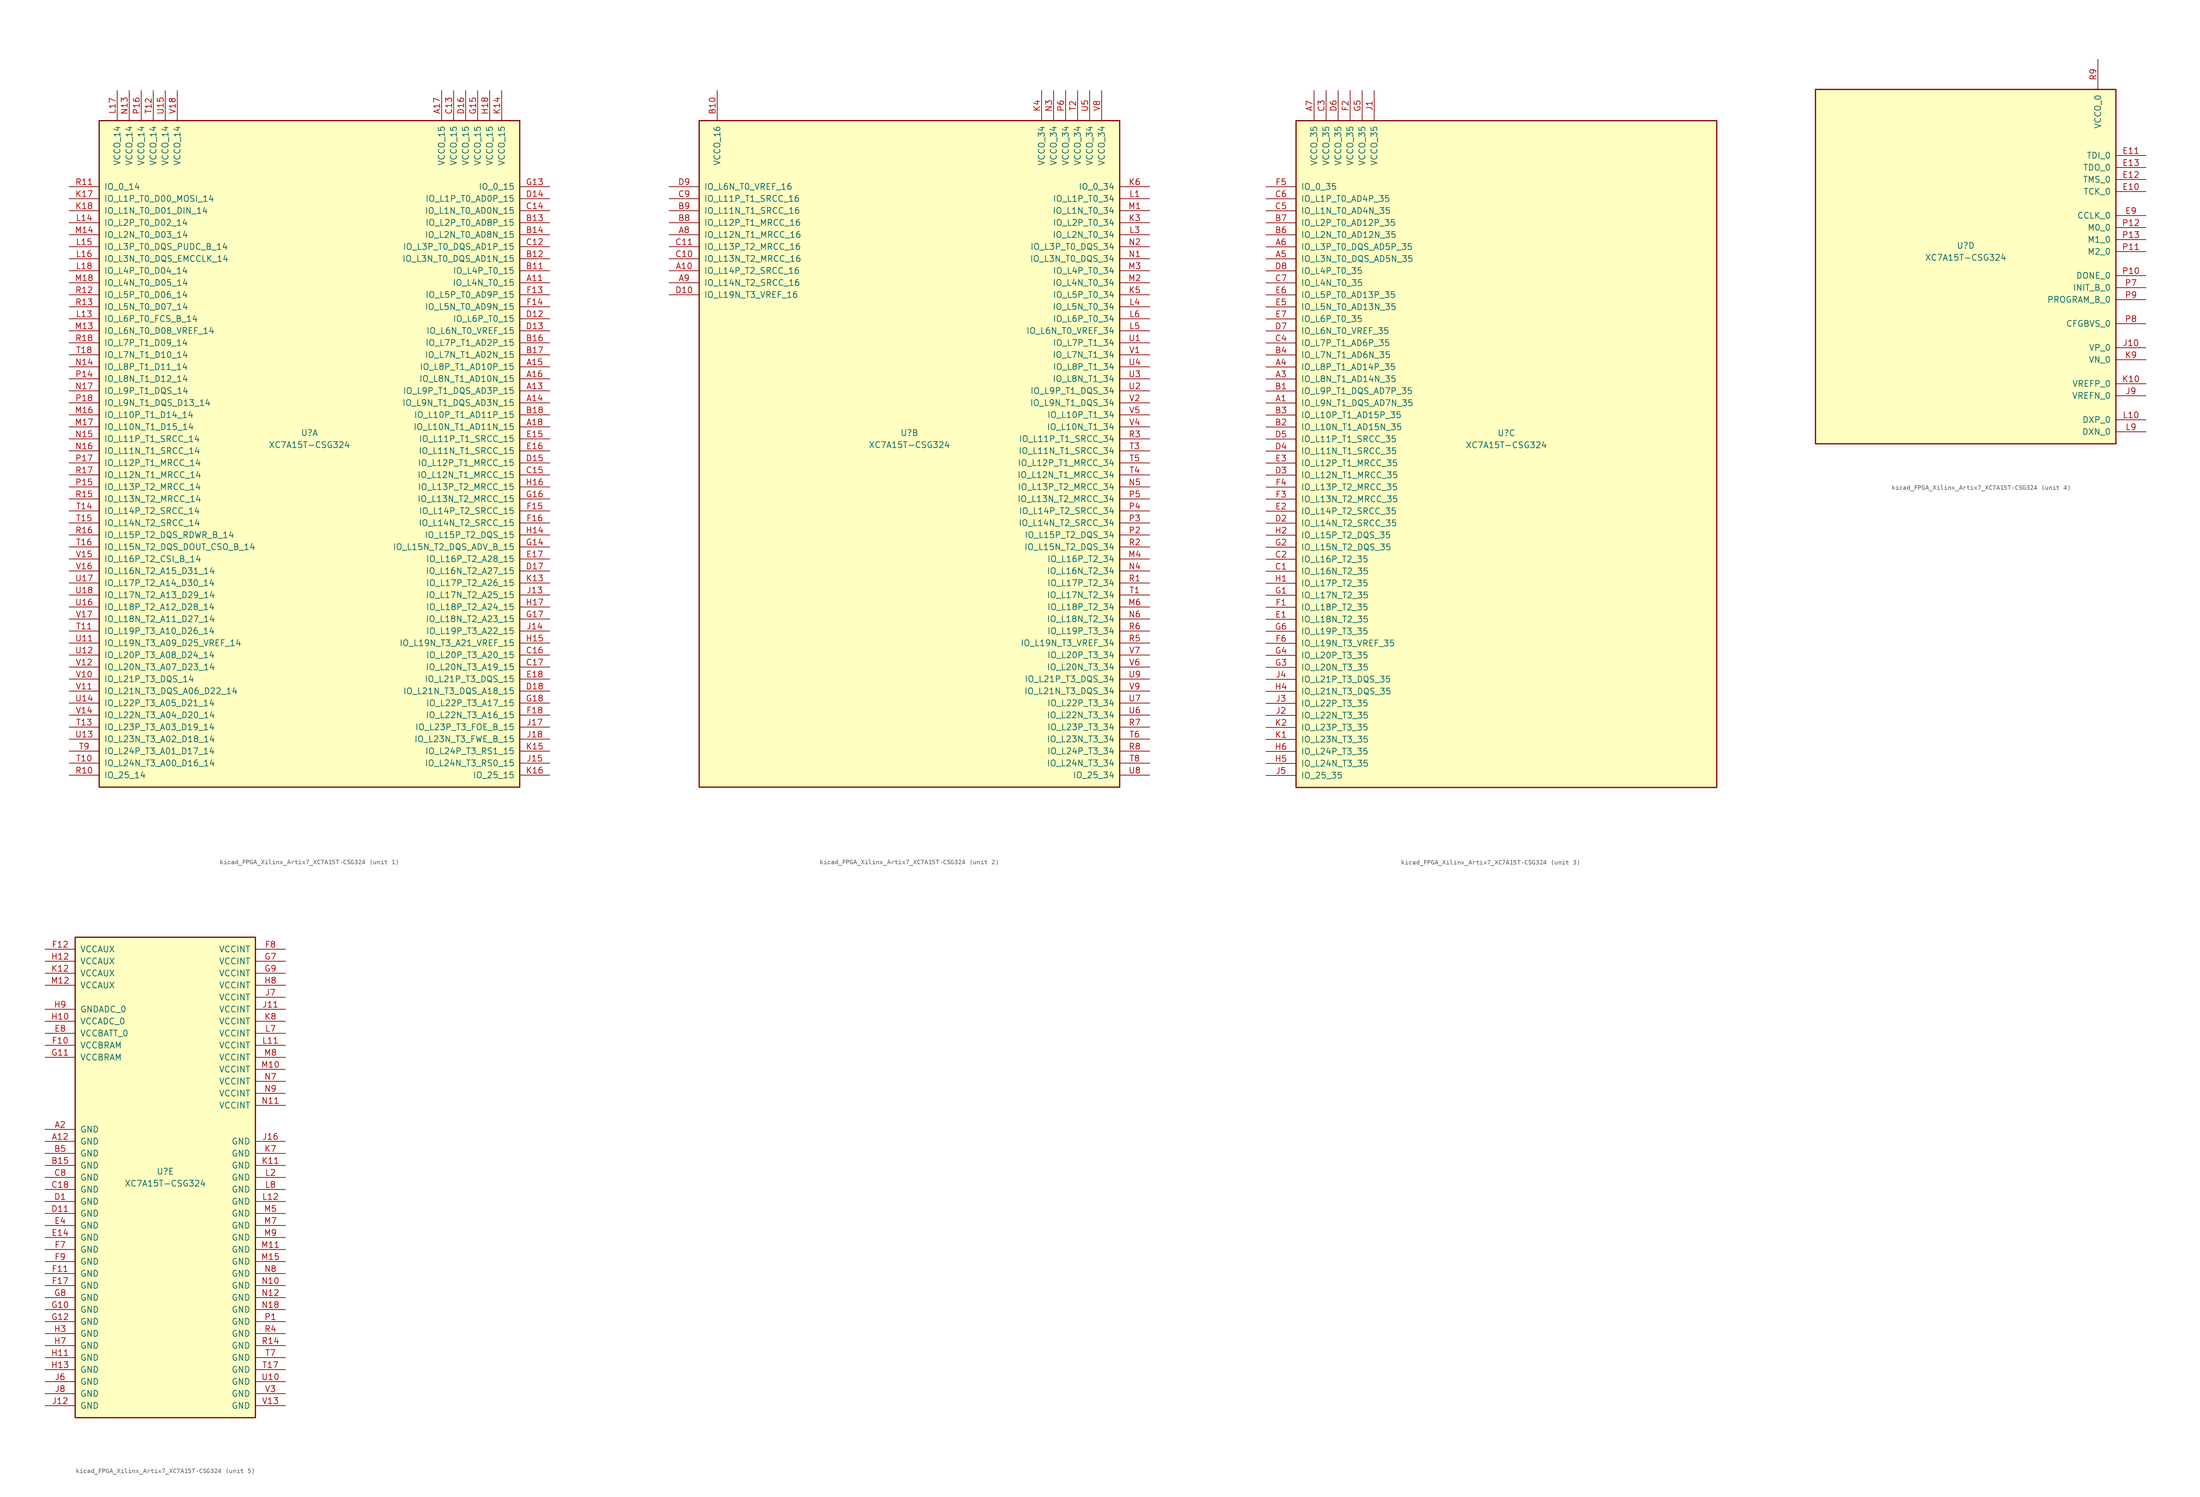
<source format=kicad_sym>
(kicad_symbol_lib
  (version 20220914)
  (generator kicad_symbol_editor)
  (symbol "kicad_FPGA_Xilinx_Artix7_XC7A15T-CSG324"
    (pin_names
      (offset 1.016))
    (property "Reference" "U"
      (at 0 1.27 0)
      (effects (font (size 1.27 1.27))))
    (property "Value" "XC7A15T-CSG324"
      (at 0 -1.27 0)
      (effects (font (size 1.27 1.27))))
    (property "Datasheet" ""
      (at 0 0 0)
      (effects (font (size 1.27 1.27))))
    (property "ki_locked" ""
      (at 0 0 0)
      (effects (font (size 1.27 1.27))))
    (symbol "kicad_FPGA_Xilinx_Artix7_XC7A15T-CSG324_1_1"
      (rectangle (start -44.45 67.31) (end 44.45 -73.66) (stroke (width 0.254) (type default)) (fill (type background)))
      (pin bidirectional line (at 50.8 33.02 180) (length 6.35) (name "IO_L4N_T0_15" (effects (font (size 1.27 1.27)))) (number "A11" (effects (font (size 1.27 1.27)))))
      (pin bidirectional line (at 50.8 10.16 180) (length 6.35) (name "IO_L9P_T1_DQS_AD3P_15" (effects (font (size 1.27 1.27)))) (number "A13" (effects (font (size 1.27 1.27)))))
      (pin bidirectional line (at 50.8 7.62 180) (length 6.35) (name "IO_L9N_T1_DQS_AD3N_15" (effects (font (size 1.27 1.27)))) (number "A14" (effects (font (size 1.27 1.27)))))
      (pin bidirectional line (at 50.8 15.24 180) (length 6.35) (name "IO_L8P_T1_AD10P_15" (effects (font (size 1.27 1.27)))) (number "A15" (effects (font (size 1.27 1.27)))))
      (pin bidirectional line (at 50.8 12.7 180) (length 6.35) (name "IO_L8N_T1_AD10N_15" (effects (font (size 1.27 1.27)))) (number "A16" (effects (font (size 1.27 1.27)))))
      (pin power_in line (at 27.94 73.66 270) (length 6.35) (name "VCCO_15" (effects (font (size 1.27 1.27)))) (number "A17" (effects (font (size 1.27 1.27)))))
      (pin bidirectional line (at 50.8 2.54 180) (length 6.35) (name "IO_L10N_T1_AD11N_15" (effects (font (size 1.27 1.27)))) (number "A18" (effects (font (size 1.27 1.27)))))
      (pin bidirectional line (at 50.8 35.56 180) (length 6.35) (name "IO_L4P_T0_15" (effects (font (size 1.27 1.27)))) (number "B11" (effects (font (size 1.27 1.27)))))
      (pin bidirectional line (at 50.8 38.1 180) (length 6.35) (name "IO_L3N_T0_DQS_AD1N_15" (effects (font (size 1.27 1.27)))) (number "B12" (effects (font (size 1.27 1.27)))))
      (pin bidirectional line (at 50.8 45.72 180) (length 6.35) (name "IO_L2P_T0_AD8P_15" (effects (font (size 1.27 1.27)))) (number "B13" (effects (font (size 1.27 1.27)))))
      (pin bidirectional line (at 50.8 43.18 180) (length 6.35) (name "IO_L2N_T0_AD8N_15" (effects (font (size 1.27 1.27)))) (number "B14" (effects (font (size 1.27 1.27)))))
      (pin bidirectional line (at 50.8 20.32 180) (length 6.35) (name "IO_L7P_T1_AD2P_15" (effects (font (size 1.27 1.27)))) (number "B16" (effects (font (size 1.27 1.27)))))
      (pin bidirectional line (at 50.8 17.78 180) (length 6.35) (name "IO_L7N_T1_AD2N_15" (effects (font (size 1.27 1.27)))) (number "B17" (effects (font (size 1.27 1.27)))))
      (pin bidirectional line (at 50.8 5.08 180) (length 6.35) (name "IO_L10P_T1_AD11P_15" (effects (font (size 1.27 1.27)))) (number "B18" (effects (font (size 1.27 1.27)))))
      (pin bidirectional line (at 50.8 40.64 180) (length 6.35) (name "IO_L3P_T0_DQS_AD1P_15" (effects (font (size 1.27 1.27)))) (number "C12" (effects (font (size 1.27 1.27)))))
      (pin power_in line (at 30.48 73.66 270) (length 6.35) (name "VCCO_15" (effects (font (size 1.27 1.27)))) (number "C13" (effects (font (size 1.27 1.27)))))
      (pin bidirectional line (at 50.8 48.26 180) (length 6.35) (name "IO_L1N_T0_AD0N_15" (effects (font (size 1.27 1.27)))) (number "C14" (effects (font (size 1.27 1.27)))))
      (pin bidirectional line (at 50.8 -7.62 180) (length 6.35) (name "IO_L12N_T1_MRCC_15" (effects (font (size 1.27 1.27)))) (number "C15" (effects (font (size 1.27 1.27)))))
      (pin bidirectional line (at 50.8 -45.72 180) (length 6.35) (name "IO_L20P_T3_A20_15" (effects (font (size 1.27 1.27)))) (number "C16" (effects (font (size 1.27 1.27)))))
      (pin bidirectional line (at 50.8 -48.26 180) (length 6.35) (name "IO_L20N_T3_A19_15" (effects (font (size 1.27 1.27)))) (number "C17" (effects (font (size 1.27 1.27)))))
      (pin bidirectional line (at 50.8 25.4 180) (length 6.35) (name "IO_L6P_T0_15" (effects (font (size 1.27 1.27)))) (number "D12" (effects (font (size 1.27 1.27)))))
      (pin bidirectional line (at 50.8 22.86 180) (length 6.35) (name "IO_L6N_T0_VREF_15" (effects (font (size 1.27 1.27)))) (number "D13" (effects (font (size 1.27 1.27)))))
      (pin bidirectional line (at 50.8 50.8 180) (length 6.35) (name "IO_L1P_T0_AD0P_15" (effects (font (size 1.27 1.27)))) (number "D14" (effects (font (size 1.27 1.27)))))
      (pin bidirectional line (at 50.8 -5.08 180) (length 6.35) (name "IO_L12P_T1_MRCC_15" (effects (font (size 1.27 1.27)))) (number "D15" (effects (font (size 1.27 1.27)))))
      (pin power_in line (at 33.02 73.66 270) (length 6.35) (name "VCCO_15" (effects (font (size 1.27 1.27)))) (number "D16" (effects (font (size 1.27 1.27)))))
      (pin bidirectional line (at 50.8 -27.94 180) (length 6.35) (name "IO_L16N_T2_A27_15" (effects (font (size 1.27 1.27)))) (number "D17" (effects (font (size 1.27 1.27)))))
      (pin bidirectional line (at 50.8 -53.34 180) (length 6.35) (name "IO_L21N_T3_DQS_A18_15" (effects (font (size 1.27 1.27)))) (number "D18" (effects (font (size 1.27 1.27)))))
      (pin bidirectional line (at 50.8 0 180) (length 6.35) (name "IO_L11P_T1_SRCC_15" (effects (font (size 1.27 1.27)))) (number "E15" (effects (font (size 1.27 1.27)))))
      (pin bidirectional line (at 50.8 -2.54 180) (length 6.35) (name "IO_L11N_T1_SRCC_15" (effects (font (size 1.27 1.27)))) (number "E16" (effects (font (size 1.27 1.27)))))
      (pin bidirectional line (at 50.8 -25.4 180) (length 6.35) (name "IO_L16P_T2_A28_15" (effects (font (size 1.27 1.27)))) (number "E17" (effects (font (size 1.27 1.27)))))
      (pin bidirectional line (at 50.8 -50.8 180) (length 6.35) (name "IO_L21P_T3_DQS_15" (effects (font (size 1.27 1.27)))) (number "E18" (effects (font (size 1.27 1.27)))))
      (pin bidirectional line (at 50.8 30.48 180) (length 6.35) (name "IO_L5P_T0_AD9P_15" (effects (font (size 1.27 1.27)))) (number "F13" (effects (font (size 1.27 1.27)))))
      (pin bidirectional line (at 50.8 27.94 180) (length 6.35) (name "IO_L5N_T0_AD9N_15" (effects (font (size 1.27 1.27)))) (number "F14" (effects (font (size 1.27 1.27)))))
      (pin bidirectional line (at 50.8 -15.24 180) (length 6.35) (name "IO_L14P_T2_SRCC_15" (effects (font (size 1.27 1.27)))) (number "F15" (effects (font (size 1.27 1.27)))))
      (pin bidirectional line (at 50.8 -17.78 180) (length 6.35) (name "IO_L14N_T2_SRCC_15" (effects (font (size 1.27 1.27)))) (number "F16" (effects (font (size 1.27 1.27)))))
      (pin bidirectional line (at 50.8 -58.42 180) (length 6.35) (name "IO_L22N_T3_A16_15" (effects (font (size 1.27 1.27)))) (number "F18" (effects (font (size 1.27 1.27)))))
      (pin bidirectional line (at 50.8 53.34 180) (length 6.35) (name "IO_0_15" (effects (font (size 1.27 1.27)))) (number "G13" (effects (font (size 1.27 1.27)))))
      (pin bidirectional line (at 50.8 -22.86 180) (length 6.35) (name "IO_L15N_T2_DQS_ADV_B_15" (effects (font (size 1.27 1.27)))) (number "G14" (effects (font (size 1.27 1.27)))))
      (pin power_in line (at 35.56 73.66 270) (length 6.35) (name "VCCO_15" (effects (font (size 1.27 1.27)))) (number "G15" (effects (font (size 1.27 1.27)))))
      (pin bidirectional line (at 50.8 -12.7 180) (length 6.35) (name "IO_L13N_T2_MRCC_15" (effects (font (size 1.27 1.27)))) (number "G16" (effects (font (size 1.27 1.27)))))
      (pin bidirectional line (at 50.8 -38.1 180) (length 6.35) (name "IO_L18N_T2_A23_15" (effects (font (size 1.27 1.27)))) (number "G17" (effects (font (size 1.27 1.27)))))
      (pin bidirectional line (at 50.8 -55.88 180) (length 6.35) (name "IO_L22P_T3_A17_15" (effects (font (size 1.27 1.27)))) (number "G18" (effects (font (size 1.27 1.27)))))
      (pin bidirectional line (at 50.8 -20.32 180) (length 6.35) (name "IO_L15P_T2_DQS_15" (effects (font (size 1.27 1.27)))) (number "H14" (effects (font (size 1.27 1.27)))))
      (pin bidirectional line (at 50.8 -43.18 180) (length 6.35) (name "IO_L19N_T3_A21_VREF_15" (effects (font (size 1.27 1.27)))) (number "H15" (effects (font (size 1.27 1.27)))))
      (pin bidirectional line (at 50.8 -10.16 180) (length 6.35) (name "IO_L13P_T2_MRCC_15" (effects (font (size 1.27 1.27)))) (number "H16" (effects (font (size 1.27 1.27)))))
      (pin bidirectional line (at 50.8 -35.56 180) (length 6.35) (name "IO_L18P_T2_A24_15" (effects (font (size 1.27 1.27)))) (number "H17" (effects (font (size 1.27 1.27)))))
      (pin power_in line (at 38.1 73.66 270) (length 6.35) (name "VCCO_15" (effects (font (size 1.27 1.27)))) (number "H18" (effects (font (size 1.27 1.27)))))
      (pin bidirectional line (at 50.8 -33.02 180) (length 6.35) (name "IO_L17N_T2_A25_15" (effects (font (size 1.27 1.27)))) (number "J13" (effects (font (size 1.27 1.27)))))
      (pin bidirectional line (at 50.8 -40.64 180) (length 6.35) (name "IO_L19P_T3_A22_15" (effects (font (size 1.27 1.27)))) (number "J14" (effects (font (size 1.27 1.27)))))
      (pin bidirectional line (at 50.8 -68.58 180) (length 6.35) (name "IO_L24N_T3_RS0_15" (effects (font (size 1.27 1.27)))) (number "J15" (effects (font (size 1.27 1.27)))))
      (pin bidirectional line (at 50.8 -60.96 180) (length 6.35) (name "IO_L23P_T3_FOE_B_15" (effects (font (size 1.27 1.27)))) (number "J17" (effects (font (size 1.27 1.27)))))
      (pin bidirectional line (at 50.8 -63.5 180) (length 6.35) (name "IO_L23N_T3_FWE_B_15" (effects (font (size 1.27 1.27)))) (number "J18" (effects (font (size 1.27 1.27)))))
      (pin bidirectional line (at 50.8 -30.48 180) (length 6.35) (name "IO_L17P_T2_A26_15" (effects (font (size 1.27 1.27)))) (number "K13" (effects (font (size 1.27 1.27)))))
      (pin power_in line (at 40.64 73.66 270) (length 6.35) (name "VCCO_15" (effects (font (size 1.27 1.27)))) (number "K14" (effects (font (size 1.27 1.27)))))
      (pin bidirectional line (at 50.8 -66.04 180) (length 6.35) (name "IO_L24P_T3_RS1_15" (effects (font (size 1.27 1.27)))) (number "K15" (effects (font (size 1.27 1.27)))))
      (pin bidirectional line (at 50.8 -71.12 180) (length 6.35) (name "IO_25_15" (effects (font (size 1.27 1.27)))) (number "K16" (effects (font (size 1.27 1.27)))))
      (pin bidirectional line (at -50.8 50.8 0) (length 6.35) (name "IO_L1P_T0_D00_MOSI_14" (effects (font (size 1.27 1.27)))) (number "K17" (effects (font (size 1.27 1.27)))))
      (pin bidirectional line (at -50.8 48.26 0) (length 6.35) (name "IO_L1N_T0_D01_DIN_14" (effects (font (size 1.27 1.27)))) (number "K18" (effects (font (size 1.27 1.27)))))
      (pin bidirectional line (at -50.8 25.4 0) (length 6.35) (name "IO_L6P_T0_FCS_B_14" (effects (font (size 1.27 1.27)))) (number "L13" (effects (font (size 1.27 1.27)))))
      (pin bidirectional line (at -50.8 45.72 0) (length 6.35) (name "IO_L2P_T0_D02_14" (effects (font (size 1.27 1.27)))) (number "L14" (effects (font (size 1.27 1.27)))))
      (pin bidirectional line (at -50.8 40.64 0) (length 6.35) (name "IO_L3P_T0_DQS_PUDC_B_14" (effects (font (size 1.27 1.27)))) (number "L15" (effects (font (size 1.27 1.27)))))
      (pin bidirectional line (at -50.8 38.1 0) (length 6.35) (name "IO_L3N_T0_DQS_EMCCLK_14" (effects (font (size 1.27 1.27)))) (number "L16" (effects (font (size 1.27 1.27)))))
      (pin power_in line (at -40.64 73.66 270) (length 6.35) (name "VCCO_14" (effects (font (size 1.27 1.27)))) (number "L17" (effects (font (size 1.27 1.27)))))
      (pin bidirectional line (at -50.8 35.56 0) (length 6.35) (name "IO_L4P_T0_D04_14" (effects (font (size 1.27 1.27)))) (number "L18" (effects (font (size 1.27 1.27)))))
      (pin bidirectional line (at -50.8 22.86 0) (length 6.35) (name "IO_L6N_T0_D08_VREF_14" (effects (font (size 1.27 1.27)))) (number "M13" (effects (font (size 1.27 1.27)))))
      (pin bidirectional line (at -50.8 43.18 0) (length 6.35) (name "IO_L2N_T0_D03_14" (effects (font (size 1.27 1.27)))) (number "M14" (effects (font (size 1.27 1.27)))))
      (pin bidirectional line (at -50.8 5.08 0) (length 6.35) (name "IO_L10P_T1_D14_14" (effects (font (size 1.27 1.27)))) (number "M16" (effects (font (size 1.27 1.27)))))
      (pin bidirectional line (at -50.8 2.54 0) (length 6.35) (name "IO_L10N_T1_D15_14" (effects (font (size 1.27 1.27)))) (number "M17" (effects (font (size 1.27 1.27)))))
      (pin bidirectional line (at -50.8 33.02 0) (length 6.35) (name "IO_L4N_T0_D05_14" (effects (font (size 1.27 1.27)))) (number "M18" (effects (font (size 1.27 1.27)))))
      (pin power_in line (at -38.1 73.66 270) (length 6.35) (name "VCCO_14" (effects (font (size 1.27 1.27)))) (number "N13" (effects (font (size 1.27 1.27)))))
      (pin bidirectional line (at -50.8 15.24 0) (length 6.35) (name "IO_L8P_T1_D11_14" (effects (font (size 1.27 1.27)))) (number "N14" (effects (font (size 1.27 1.27)))))
      (pin bidirectional line (at -50.8 0 0) (length 6.35) (name "IO_L11P_T1_SRCC_14" (effects (font (size 1.27 1.27)))) (number "N15" (effects (font (size 1.27 1.27)))))
      (pin bidirectional line (at -50.8 -2.54 0) (length 6.35) (name "IO_L11N_T1_SRCC_14" (effects (font (size 1.27 1.27)))) (number "N16" (effects (font (size 1.27 1.27)))))
      (pin bidirectional line (at -50.8 10.16 0) (length 6.35) (name "IO_L9P_T1_DQS_14" (effects (font (size 1.27 1.27)))) (number "N17" (effects (font (size 1.27 1.27)))))
      (pin bidirectional line (at -50.8 12.7 0) (length 6.35) (name "IO_L8N_T1_D12_14" (effects (font (size 1.27 1.27)))) (number "P14" (effects (font (size 1.27 1.27)))))
      (pin bidirectional line (at -50.8 -10.16 0) (length 6.35) (name "IO_L13P_T2_MRCC_14" (effects (font (size 1.27 1.27)))) (number "P15" (effects (font (size 1.27 1.27)))))
      (pin power_in line (at -35.56 73.66 270) (length 6.35) (name "VCCO_14" (effects (font (size 1.27 1.27)))) (number "P16" (effects (font (size 1.27 1.27)))))
      (pin bidirectional line (at -50.8 -5.08 0) (length 6.35) (name "IO_L12P_T1_MRCC_14" (effects (font (size 1.27 1.27)))) (number "P17" (effects (font (size 1.27 1.27)))))
      (pin bidirectional line (at -50.8 7.62 0) (length 6.35) (name "IO_L9N_T1_DQS_D13_14" (effects (font (size 1.27 1.27)))) (number "P18" (effects (font (size 1.27 1.27)))))
      (pin bidirectional line (at -50.8 -71.12 0) (length 6.35) (name "IO_25_14" (effects (font (size 1.27 1.27)))) (number "R10" (effects (font (size 1.27 1.27)))))
      (pin bidirectional line (at -50.8 53.34 0) (length 6.35) (name "IO_0_14" (effects (font (size 1.27 1.27)))) (number "R11" (effects (font (size 1.27 1.27)))))
      (pin bidirectional line (at -50.8 30.48 0) (length 6.35) (name "IO_L5P_T0_D06_14" (effects (font (size 1.27 1.27)))) (number "R12" (effects (font (size 1.27 1.27)))))
      (pin bidirectional line (at -50.8 27.94 0) (length 6.35) (name "IO_L5N_T0_D07_14" (effects (font (size 1.27 1.27)))) (number "R13" (effects (font (size 1.27 1.27)))))
      (pin bidirectional line (at -50.8 -12.7 0) (length 6.35) (name "IO_L13N_T2_MRCC_14" (effects (font (size 1.27 1.27)))) (number "R15" (effects (font (size 1.27 1.27)))))
      (pin bidirectional line (at -50.8 -20.32 0) (length 6.35) (name "IO_L15P_T2_DQS_RDWR_B_14" (effects (font (size 1.27 1.27)))) (number "R16" (effects (font (size 1.27 1.27)))))
      (pin bidirectional line (at -50.8 -7.62 0) (length 6.35) (name "IO_L12N_T1_MRCC_14" (effects (font (size 1.27 1.27)))) (number "R17" (effects (font (size 1.27 1.27)))))
      (pin bidirectional line (at -50.8 20.32 0) (length 6.35) (name "IO_L7P_T1_D09_14" (effects (font (size 1.27 1.27)))) (number "R18" (effects (font (size 1.27 1.27)))))
      (pin bidirectional line (at -50.8 -68.58 0) (length 6.35) (name "IO_L24N_T3_A00_D16_14" (effects (font (size 1.27 1.27)))) (number "T10" (effects (font (size 1.27 1.27)))))
      (pin bidirectional line (at -50.8 -40.64 0) (length 6.35) (name "IO_L19P_T3_A10_D26_14" (effects (font (size 1.27 1.27)))) (number "T11" (effects (font (size 1.27 1.27)))))
      (pin power_in line (at -33.02 73.66 270) (length 6.35) (name "VCCO_14" (effects (font (size 1.27 1.27)))) (number "T12" (effects (font (size 1.27 1.27)))))
      (pin bidirectional line (at -50.8 -60.96 0) (length 6.35) (name "IO_L23P_T3_A03_D19_14" (effects (font (size 1.27 1.27)))) (number "T13" (effects (font (size 1.27 1.27)))))
      (pin bidirectional line (at -50.8 -15.24 0) (length 6.35) (name "IO_L14P_T2_SRCC_14" (effects (font (size 1.27 1.27)))) (number "T14" (effects (font (size 1.27 1.27)))))
      (pin bidirectional line (at -50.8 -17.78 0) (length 6.35) (name "IO_L14N_T2_SRCC_14" (effects (font (size 1.27 1.27)))) (number "T15" (effects (font (size 1.27 1.27)))))
      (pin bidirectional line (at -50.8 -22.86 0) (length 6.35) (name "IO_L15N_T2_DQS_DOUT_CSO_B_14" (effects (font (size 1.27 1.27)))) (number "T16" (effects (font (size 1.27 1.27)))))
      (pin bidirectional line (at -50.8 17.78 0) (length 6.35) (name "IO_L7N_T1_D10_14" (effects (font (size 1.27 1.27)))) (number "T18" (effects (font (size 1.27 1.27)))))
      (pin bidirectional line (at -50.8 -66.04 0) (length 6.35) (name "IO_L24P_T3_A01_D17_14" (effects (font (size 1.27 1.27)))) (number "T9" (effects (font (size 1.27 1.27)))))
      (pin bidirectional line (at -50.8 -43.18 0) (length 6.35) (name "IO_L19N_T3_A09_D25_VREF_14" (effects (font (size 1.27 1.27)))) (number "U11" (effects (font (size 1.27 1.27)))))
      (pin bidirectional line (at -50.8 -45.72 0) (length 6.35) (name "IO_L20P_T3_A08_D24_14" (effects (font (size 1.27 1.27)))) (number "U12" (effects (font (size 1.27 1.27)))))
      (pin bidirectional line (at -50.8 -63.5 0) (length 6.35) (name "IO_L23N_T3_A02_D18_14" (effects (font (size 1.27 1.27)))) (number "U13" (effects (font (size 1.27 1.27)))))
      (pin bidirectional line (at -50.8 -55.88 0) (length 6.35) (name "IO_L22P_T3_A05_D21_14" (effects (font (size 1.27 1.27)))) (number "U14" (effects (font (size 1.27 1.27)))))
      (pin power_in line (at -30.48 73.66 270) (length 6.35) (name "VCCO_14" (effects (font (size 1.27 1.27)))) (number "U15" (effects (font (size 1.27 1.27)))))
      (pin bidirectional line (at -50.8 -35.56 0) (length 6.35) (name "IO_L18P_T2_A12_D28_14" (effects (font (size 1.27 1.27)))) (number "U16" (effects (font (size 1.27 1.27)))))
      (pin bidirectional line (at -50.8 -30.48 0) (length 6.35) (name "IO_L17P_T2_A14_D30_14" (effects (font (size 1.27 1.27)))) (number "U17" (effects (font (size 1.27 1.27)))))
      (pin bidirectional line (at -50.8 -33.02 0) (length 6.35) (name "IO_L17N_T2_A13_D29_14" (effects (font (size 1.27 1.27)))) (number "U18" (effects (font (size 1.27 1.27)))))
      (pin bidirectional line (at -50.8 -50.8 0) (length 6.35) (name "IO_L21P_T3_DQS_14" (effects (font (size 1.27 1.27)))) (number "V10" (effects (font (size 1.27 1.27)))))
      (pin bidirectional line (at -50.8 -53.34 0) (length 6.35) (name "IO_L21N_T3_DQS_A06_D22_14" (effects (font (size 1.27 1.27)))) (number "V11" (effects (font (size 1.27 1.27)))))
      (pin bidirectional line (at -50.8 -48.26 0) (length 6.35) (name "IO_L20N_T3_A07_D23_14" (effects (font (size 1.27 1.27)))) (number "V12" (effects (font (size 1.27 1.27)))))
      (pin bidirectional line (at -50.8 -58.42 0) (length 6.35) (name "IO_L22N_T3_A04_D20_14" (effects (font (size 1.27 1.27)))) (number "V14" (effects (font (size 1.27 1.27)))))
      (pin bidirectional line (at -50.8 -25.4 0) (length 6.35) (name "IO_L16P_T2_CSI_B_14" (effects (font (size 1.27 1.27)))) (number "V15" (effects (font (size 1.27 1.27)))))
      (pin bidirectional line (at -50.8 -27.94 0) (length 6.35) (name "IO_L16N_T2_A15_D31_14" (effects (font (size 1.27 1.27)))) (number "V16" (effects (font (size 1.27 1.27)))))
      (pin bidirectional line (at -50.8 -38.1 0) (length 6.35) (name "IO_L18N_T2_A11_D27_14" (effects (font (size 1.27 1.27)))) (number "V17" (effects (font (size 1.27 1.27)))))
      (pin power_in line (at -27.94 73.66 270) (length 6.35) (name "VCCO_14" (effects (font (size 1.27 1.27)))) (number "V18" (effects (font (size 1.27 1.27))))))
    (symbol "kicad_FPGA_Xilinx_Artix7_XC7A15T-CSG324_2_1"
      (rectangle (start -44.45 67.31) (end 44.45 -73.66) (stroke (width 0.254) (type default)) (fill (type background)))
      (pin bidirectional line (at -50.8 35.56 0) (length 6.35) (name "IO_L14P_T2_SRCC_16" (effects (font (size 1.27 1.27)))) (number "A10" (effects (font (size 1.27 1.27)))))
      (pin bidirectional line (at -50.8 43.18 0) (length 6.35) (name "IO_L12N_T1_MRCC_16" (effects (font (size 1.27 1.27)))) (number "A8" (effects (font (size 1.27 1.27)))))
      (pin bidirectional line (at -50.8 33.02 0) (length 6.35) (name "IO_L14N_T2_SRCC_16" (effects (font (size 1.27 1.27)))) (number "A9" (effects (font (size 1.27 1.27)))))
      (pin power_in line (at -40.64 73.66 270) (length 6.35) (name "VCCO_16" (effects (font (size 1.27 1.27)))) (number "B10" (effects (font (size 1.27 1.27)))))
      (pin bidirectional line (at -50.8 45.72 0) (length 6.35) (name "IO_L12P_T1_MRCC_16" (effects (font (size 1.27 1.27)))) (number "B8" (effects (font (size 1.27 1.27)))))
      (pin bidirectional line (at -50.8 48.26 0) (length 6.35) (name "IO_L11N_T1_SRCC_16" (effects (font (size 1.27 1.27)))) (number "B9" (effects (font (size 1.27 1.27)))))
      (pin bidirectional line (at -50.8 38.1 0) (length 6.35) (name "IO_L13N_T2_MRCC_16" (effects (font (size 1.27 1.27)))) (number "C10" (effects (font (size 1.27 1.27)))))
      (pin bidirectional line (at -50.8 40.64 0) (length 6.35) (name "IO_L13P_T2_MRCC_16" (effects (font (size 1.27 1.27)))) (number "C11" (effects (font (size 1.27 1.27)))))
      (pin bidirectional line (at -50.8 50.8 0) (length 6.35) (name "IO_L11P_T1_SRCC_16" (effects (font (size 1.27 1.27)))) (number "C9" (effects (font (size 1.27 1.27)))))
      (pin bidirectional line (at -50.8 30.48 0) (length 6.35) (name "IO_L19N_T3_VREF_16" (effects (font (size 1.27 1.27)))) (number "D10" (effects (font (size 1.27 1.27)))))
      (pin bidirectional line (at -50.8 53.34 0) (length 6.35) (name "IO_L6N_T0_VREF_16" (effects (font (size 1.27 1.27)))) (number "D9" (effects (font (size 1.27 1.27)))))
      (pin bidirectional line (at 50.8 45.72 180) (length 6.35) (name "IO_L2P_T0_34" (effects (font (size 1.27 1.27)))) (number "K3" (effects (font (size 1.27 1.27)))))
      (pin power_in line (at 27.94 73.66 270) (length 6.35) (name "VCCO_34" (effects (font (size 1.27 1.27)))) (number "K4" (effects (font (size 1.27 1.27)))))
      (pin bidirectional line (at 50.8 30.48 180) (length 6.35) (name "IO_L5P_T0_34" (effects (font (size 1.27 1.27)))) (number "K5" (effects (font (size 1.27 1.27)))))
      (pin bidirectional line (at 50.8 53.34 180) (length 6.35) (name "IO_0_34" (effects (font (size 1.27 1.27)))) (number "K6" (effects (font (size 1.27 1.27)))))
      (pin bidirectional line (at 50.8 50.8 180) (length 6.35) (name "IO_L1P_T0_34" (effects (font (size 1.27 1.27)))) (number "L1" (effects (font (size 1.27 1.27)))))
      (pin bidirectional line (at 50.8 43.18 180) (length 6.35) (name "IO_L2N_T0_34" (effects (font (size 1.27 1.27)))) (number "L3" (effects (font (size 1.27 1.27)))))
      (pin bidirectional line (at 50.8 27.94 180) (length 6.35) (name "IO_L5N_T0_34" (effects (font (size 1.27 1.27)))) (number "L4" (effects (font (size 1.27 1.27)))))
      (pin bidirectional line (at 50.8 22.86 180) (length 6.35) (name "IO_L6N_T0_VREF_34" (effects (font (size 1.27 1.27)))) (number "L5" (effects (font (size 1.27 1.27)))))
      (pin bidirectional line (at 50.8 25.4 180) (length 6.35) (name "IO_L6P_T0_34" (effects (font (size 1.27 1.27)))) (number "L6" (effects (font (size 1.27 1.27)))))
      (pin bidirectional line (at 50.8 48.26 180) (length 6.35) (name "IO_L1N_T0_34" (effects (font (size 1.27 1.27)))) (number "M1" (effects (font (size 1.27 1.27)))))
      (pin bidirectional line (at 50.8 33.02 180) (length 6.35) (name "IO_L4N_T0_34" (effects (font (size 1.27 1.27)))) (number "M2" (effects (font (size 1.27 1.27)))))
      (pin bidirectional line (at 50.8 35.56 180) (length 6.35) (name "IO_L4P_T0_34" (effects (font (size 1.27 1.27)))) (number "M3" (effects (font (size 1.27 1.27)))))
      (pin bidirectional line (at 50.8 -25.4 180) (length 6.35) (name "IO_L16P_T2_34" (effects (font (size 1.27 1.27)))) (number "M4" (effects (font (size 1.27 1.27)))))
      (pin bidirectional line (at 50.8 -35.56 180) (length 6.35) (name "IO_L18P_T2_34" (effects (font (size 1.27 1.27)))) (number "M6" (effects (font (size 1.27 1.27)))))
      (pin bidirectional line (at 50.8 38.1 180) (length 6.35) (name "IO_L3N_T0_DQS_34" (effects (font (size 1.27 1.27)))) (number "N1" (effects (font (size 1.27 1.27)))))
      (pin bidirectional line (at 50.8 40.64 180) (length 6.35) (name "IO_L3P_T0_DQS_34" (effects (font (size 1.27 1.27)))) (number "N2" (effects (font (size 1.27 1.27)))))
      (pin power_in line (at 30.48 73.66 270) (length 6.35) (name "VCCO_34" (effects (font (size 1.27 1.27)))) (number "N3" (effects (font (size 1.27 1.27)))))
      (pin bidirectional line (at 50.8 -27.94 180) (length 6.35) (name "IO_L16N_T2_34" (effects (font (size 1.27 1.27)))) (number "N4" (effects (font (size 1.27 1.27)))))
      (pin bidirectional line (at 50.8 -10.16 180) (length 6.35) (name "IO_L13P_T2_MRCC_34" (effects (font (size 1.27 1.27)))) (number "N5" (effects (font (size 1.27 1.27)))))
      (pin bidirectional line (at 50.8 -38.1 180) (length 6.35) (name "IO_L18N_T2_34" (effects (font (size 1.27 1.27)))) (number "N6" (effects (font (size 1.27 1.27)))))
      (pin bidirectional line (at 50.8 -20.32 180) (length 6.35) (name "IO_L15P_T2_DQS_34" (effects (font (size 1.27 1.27)))) (number "P2" (effects (font (size 1.27 1.27)))))
      (pin bidirectional line (at 50.8 -17.78 180) (length 6.35) (name "IO_L14N_T2_SRCC_34" (effects (font (size 1.27 1.27)))) (number "P3" (effects (font (size 1.27 1.27)))))
      (pin bidirectional line (at 50.8 -15.24 180) (length 6.35) (name "IO_L14P_T2_SRCC_34" (effects (font (size 1.27 1.27)))) (number "P4" (effects (font (size 1.27 1.27)))))
      (pin bidirectional line (at 50.8 -12.7 180) (length 6.35) (name "IO_L13N_T2_MRCC_34" (effects (font (size 1.27 1.27)))) (number "P5" (effects (font (size 1.27 1.27)))))
      (pin power_in line (at 33.02 73.66 270) (length 6.35) (name "VCCO_34" (effects (font (size 1.27 1.27)))) (number "P6" (effects (font (size 1.27 1.27)))))
      (pin bidirectional line (at 50.8 -30.48 180) (length 6.35) (name "IO_L17P_T2_34" (effects (font (size 1.27 1.27)))) (number "R1" (effects (font (size 1.27 1.27)))))
      (pin bidirectional line (at 50.8 -22.86 180) (length 6.35) (name "IO_L15N_T2_DQS_34" (effects (font (size 1.27 1.27)))) (number "R2" (effects (font (size 1.27 1.27)))))
      (pin bidirectional line (at 50.8 0 180) (length 6.35) (name "IO_L11P_T1_SRCC_34" (effects (font (size 1.27 1.27)))) (number "R3" (effects (font (size 1.27 1.27)))))
      (pin bidirectional line (at 50.8 -43.18 180) (length 6.35) (name "IO_L19N_T3_VREF_34" (effects (font (size 1.27 1.27)))) (number "R5" (effects (font (size 1.27 1.27)))))
      (pin bidirectional line (at 50.8 -40.64 180) (length 6.35) (name "IO_L19P_T3_34" (effects (font (size 1.27 1.27)))) (number "R6" (effects (font (size 1.27 1.27)))))
      (pin bidirectional line (at 50.8 -60.96 180) (length 6.35) (name "IO_L23P_T3_34" (effects (font (size 1.27 1.27)))) (number "R7" (effects (font (size 1.27 1.27)))))
      (pin bidirectional line (at 50.8 -66.04 180) (length 6.35) (name "IO_L24P_T3_34" (effects (font (size 1.27 1.27)))) (number "R8" (effects (font (size 1.27 1.27)))))
      (pin bidirectional line (at 50.8 -33.02 180) (length 6.35) (name "IO_L17N_T2_34" (effects (font (size 1.27 1.27)))) (number "T1" (effects (font (size 1.27 1.27)))))
      (pin power_in line (at 35.56 73.66 270) (length 6.35) (name "VCCO_34" (effects (font (size 1.27 1.27)))) (number "T2" (effects (font (size 1.27 1.27)))))
      (pin bidirectional line (at 50.8 -2.54 180) (length 6.35) (name "IO_L11N_T1_SRCC_34" (effects (font (size 1.27 1.27)))) (number "T3" (effects (font (size 1.27 1.27)))))
      (pin bidirectional line (at 50.8 -7.62 180) (length 6.35) (name "IO_L12N_T1_MRCC_34" (effects (font (size 1.27 1.27)))) (number "T4" (effects (font (size 1.27 1.27)))))
      (pin bidirectional line (at 50.8 -5.08 180) (length 6.35) (name "IO_L12P_T1_MRCC_34" (effects (font (size 1.27 1.27)))) (number "T5" (effects (font (size 1.27 1.27)))))
      (pin bidirectional line (at 50.8 -63.5 180) (length 6.35) (name "IO_L23N_T3_34" (effects (font (size 1.27 1.27)))) (number "T6" (effects (font (size 1.27 1.27)))))
      (pin bidirectional line (at 50.8 -68.58 180) (length 6.35) (name "IO_L24N_T3_34" (effects (font (size 1.27 1.27)))) (number "T8" (effects (font (size 1.27 1.27)))))
      (pin bidirectional line (at 50.8 20.32 180) (length 6.35) (name "IO_L7P_T1_34" (effects (font (size 1.27 1.27)))) (number "U1" (effects (font (size 1.27 1.27)))))
      (pin bidirectional line (at 50.8 10.16 180) (length 6.35) (name "IO_L9P_T1_DQS_34" (effects (font (size 1.27 1.27)))) (number "U2" (effects (font (size 1.27 1.27)))))
      (pin bidirectional line (at 50.8 12.7 180) (length 6.35) (name "IO_L8N_T1_34" (effects (font (size 1.27 1.27)))) (number "U3" (effects (font (size 1.27 1.27)))))
      (pin bidirectional line (at 50.8 15.24 180) (length 6.35) (name "IO_L8P_T1_34" (effects (font (size 1.27 1.27)))) (number "U4" (effects (font (size 1.27 1.27)))))
      (pin power_in line (at 38.1 73.66 270) (length 6.35) (name "VCCO_34" (effects (font (size 1.27 1.27)))) (number "U5" (effects (font (size 1.27 1.27)))))
      (pin bidirectional line (at 50.8 -58.42 180) (length 6.35) (name "IO_L22N_T3_34" (effects (font (size 1.27 1.27)))) (number "U6" (effects (font (size 1.27 1.27)))))
      (pin bidirectional line (at 50.8 -55.88 180) (length 6.35) (name "IO_L22P_T3_34" (effects (font (size 1.27 1.27)))) (number "U7" (effects (font (size 1.27 1.27)))))
      (pin bidirectional line (at 50.8 -71.12 180) (length 6.35) (name "IO_25_34" (effects (font (size 1.27 1.27)))) (number "U8" (effects (font (size 1.27 1.27)))))
      (pin bidirectional line (at 50.8 -50.8 180) (length 6.35) (name "IO_L21P_T3_DQS_34" (effects (font (size 1.27 1.27)))) (number "U9" (effects (font (size 1.27 1.27)))))
      (pin bidirectional line (at 50.8 17.78 180) (length 6.35) (name "IO_L7N_T1_34" (effects (font (size 1.27 1.27)))) (number "V1" (effects (font (size 1.27 1.27)))))
      (pin bidirectional line (at 50.8 7.62 180) (length 6.35) (name "IO_L9N_T1_DQS_34" (effects (font (size 1.27 1.27)))) (number "V2" (effects (font (size 1.27 1.27)))))
      (pin bidirectional line (at 50.8 2.54 180) (length 6.35) (name "IO_L10N_T1_34" (effects (font (size 1.27 1.27)))) (number "V4" (effects (font (size 1.27 1.27)))))
      (pin bidirectional line (at 50.8 5.08 180) (length 6.35) (name "IO_L10P_T1_34" (effects (font (size 1.27 1.27)))) (number "V5" (effects (font (size 1.27 1.27)))))
      (pin bidirectional line (at 50.8 -48.26 180) (length 6.35) (name "IO_L20N_T3_34" (effects (font (size 1.27 1.27)))) (number "V6" (effects (font (size 1.27 1.27)))))
      (pin bidirectional line (at 50.8 -45.72 180) (length 6.35) (name "IO_L20P_T3_34" (effects (font (size 1.27 1.27)))) (number "V7" (effects (font (size 1.27 1.27)))))
      (pin power_in line (at 40.64 73.66 270) (length 6.35) (name "VCCO_34" (effects (font (size 1.27 1.27)))) (number "V8" (effects (font (size 1.27 1.27)))))
      (pin bidirectional line (at 50.8 -53.34 180) (length 6.35) (name "IO_L21N_T3_DQS_34" (effects (font (size 1.27 1.27)))) (number "V9" (effects (font (size 1.27 1.27))))))
    (symbol "kicad_FPGA_Xilinx_Artix7_XC7A15T-CSG324_3_1"
      (rectangle (start -44.45 67.31) (end 44.45 -73.66) (stroke (width 0.254) (type default)) (fill (type background)))
      (pin bidirectional line (at -50.8 7.62 0) (length 6.35) (name "IO_L9N_T1_DQS_AD7N_35" (effects (font (size 1.27 1.27)))) (number "A1" (effects (font (size 1.27 1.27)))))
      (pin bidirectional line (at -50.8 12.7 0) (length 6.35) (name "IO_L8N_T1_AD14N_35" (effects (font (size 1.27 1.27)))) (number "A3" (effects (font (size 1.27 1.27)))))
      (pin bidirectional line (at -50.8 15.24 0) (length 6.35) (name "IO_L8P_T1_AD14P_35" (effects (font (size 1.27 1.27)))) (number "A4" (effects (font (size 1.27 1.27)))))
      (pin bidirectional line (at -50.8 38.1 0) (length 6.35) (name "IO_L3N_T0_DQS_AD5N_35" (effects (font (size 1.27 1.27)))) (number "A5" (effects (font (size 1.27 1.27)))))
      (pin bidirectional line (at -50.8 40.64 0) (length 6.35) (name "IO_L3P_T0_DQS_AD5P_35" (effects (font (size 1.27 1.27)))) (number "A6" (effects (font (size 1.27 1.27)))))
      (pin power_in line (at -40.64 73.66 270) (length 6.35) (name "VCCO_35" (effects (font (size 1.27 1.27)))) (number "A7" (effects (font (size 1.27 1.27)))))
      (pin bidirectional line (at -50.8 10.16 0) (length 6.35) (name "IO_L9P_T1_DQS_AD7P_35" (effects (font (size 1.27 1.27)))) (number "B1" (effects (font (size 1.27 1.27)))))
      (pin bidirectional line (at -50.8 2.54 0) (length 6.35) (name "IO_L10N_T1_AD15N_35" (effects (font (size 1.27 1.27)))) (number "B2" (effects (font (size 1.27 1.27)))))
      (pin bidirectional line (at -50.8 5.08 0) (length 6.35) (name "IO_L10P_T1_AD15P_35" (effects (font (size 1.27 1.27)))) (number "B3" (effects (font (size 1.27 1.27)))))
      (pin bidirectional line (at -50.8 17.78 0) (length 6.35) (name "IO_L7N_T1_AD6N_35" (effects (font (size 1.27 1.27)))) (number "B4" (effects (font (size 1.27 1.27)))))
      (pin bidirectional line (at -50.8 43.18 0) (length 6.35) (name "IO_L2N_T0_AD12N_35" (effects (font (size 1.27 1.27)))) (number "B6" (effects (font (size 1.27 1.27)))))
      (pin bidirectional line (at -50.8 45.72 0) (length 6.35) (name "IO_L2P_T0_AD12P_35" (effects (font (size 1.27 1.27)))) (number "B7" (effects (font (size 1.27 1.27)))))
      (pin bidirectional line (at -50.8 -27.94 0) (length 6.35) (name "IO_L16N_T2_35" (effects (font (size 1.27 1.27)))) (number "C1" (effects (font (size 1.27 1.27)))))
      (pin bidirectional line (at -50.8 -25.4 0) (length 6.35) (name "IO_L16P_T2_35" (effects (font (size 1.27 1.27)))) (number "C2" (effects (font (size 1.27 1.27)))))
      (pin power_in line (at -38.1 73.66 270) (length 6.35) (name "VCCO_35" (effects (font (size 1.27 1.27)))) (number "C3" (effects (font (size 1.27 1.27)))))
      (pin bidirectional line (at -50.8 20.32 0) (length 6.35) (name "IO_L7P_T1_AD6P_35" (effects (font (size 1.27 1.27)))) (number "C4" (effects (font (size 1.27 1.27)))))
      (pin bidirectional line (at -50.8 48.26 0) (length 6.35) (name "IO_L1N_T0_AD4N_35" (effects (font (size 1.27 1.27)))) (number "C5" (effects (font (size 1.27 1.27)))))
      (pin bidirectional line (at -50.8 50.8 0) (length 6.35) (name "IO_L1P_T0_AD4P_35" (effects (font (size 1.27 1.27)))) (number "C6" (effects (font (size 1.27 1.27)))))
      (pin bidirectional line (at -50.8 33.02 0) (length 6.35) (name "IO_L4N_T0_35" (effects (font (size 1.27 1.27)))) (number "C7" (effects (font (size 1.27 1.27)))))
      (pin bidirectional line (at -50.8 -17.78 0) (length 6.35) (name "IO_L14N_T2_SRCC_35" (effects (font (size 1.27 1.27)))) (number "D2" (effects (font (size 1.27 1.27)))))
      (pin bidirectional line (at -50.8 -7.62 0) (length 6.35) (name "IO_L12N_T1_MRCC_35" (effects (font (size 1.27 1.27)))) (number "D3" (effects (font (size 1.27 1.27)))))
      (pin bidirectional line (at -50.8 -2.54 0) (length 6.35) (name "IO_L11N_T1_SRCC_35" (effects (font (size 1.27 1.27)))) (number "D4" (effects (font (size 1.27 1.27)))))
      (pin bidirectional line (at -50.8 0 0) (length 6.35) (name "IO_L11P_T1_SRCC_35" (effects (font (size 1.27 1.27)))) (number "D5" (effects (font (size 1.27 1.27)))))
      (pin power_in line (at -35.56 73.66 270) (length 6.35) (name "VCCO_35" (effects (font (size 1.27 1.27)))) (number "D6" (effects (font (size 1.27 1.27)))))
      (pin bidirectional line (at -50.8 22.86 0) (length 6.35) (name "IO_L6N_T0_VREF_35" (effects (font (size 1.27 1.27)))) (number "D7" (effects (font (size 1.27 1.27)))))
      (pin bidirectional line (at -50.8 35.56 0) (length 6.35) (name "IO_L4P_T0_35" (effects (font (size 1.27 1.27)))) (number "D8" (effects (font (size 1.27 1.27)))))
      (pin bidirectional line (at -50.8 -38.1 0) (length 6.35) (name "IO_L18N_T2_35" (effects (font (size 1.27 1.27)))) (number "E1" (effects (font (size 1.27 1.27)))))
      (pin bidirectional line (at -50.8 -15.24 0) (length 6.35) (name "IO_L14P_T2_SRCC_35" (effects (font (size 1.27 1.27)))) (number "E2" (effects (font (size 1.27 1.27)))))
      (pin bidirectional line (at -50.8 -5.08 0) (length 6.35) (name "IO_L12P_T1_MRCC_35" (effects (font (size 1.27 1.27)))) (number "E3" (effects (font (size 1.27 1.27)))))
      (pin bidirectional line (at -50.8 27.94 0) (length 6.35) (name "IO_L5N_T0_AD13N_35" (effects (font (size 1.27 1.27)))) (number "E5" (effects (font (size 1.27 1.27)))))
      (pin bidirectional line (at -50.8 30.48 0) (length 6.35) (name "IO_L5P_T0_AD13P_35" (effects (font (size 1.27 1.27)))) (number "E6" (effects (font (size 1.27 1.27)))))
      (pin bidirectional line (at -50.8 25.4 0) (length 6.35) (name "IO_L6P_T0_35" (effects (font (size 1.27 1.27)))) (number "E7" (effects (font (size 1.27 1.27)))))
      (pin bidirectional line (at -50.8 -35.56 0) (length 6.35) (name "IO_L18P_T2_35" (effects (font (size 1.27 1.27)))) (number "F1" (effects (font (size 1.27 1.27)))))
      (pin power_in line (at -33.02 73.66 270) (length 6.35) (name "VCCO_35" (effects (font (size 1.27 1.27)))) (number "F2" (effects (font (size 1.27 1.27)))))
      (pin bidirectional line (at -50.8 -12.7 0) (length 6.35) (name "IO_L13N_T2_MRCC_35" (effects (font (size 1.27 1.27)))) (number "F3" (effects (font (size 1.27 1.27)))))
      (pin bidirectional line (at -50.8 -10.16 0) (length 6.35) (name "IO_L13P_T2_MRCC_35" (effects (font (size 1.27 1.27)))) (number "F4" (effects (font (size 1.27 1.27)))))
      (pin bidirectional line (at -50.8 53.34 0) (length 6.35) (name "IO_0_35" (effects (font (size 1.27 1.27)))) (number "F5" (effects (font (size 1.27 1.27)))))
      (pin bidirectional line (at -50.8 -43.18 0) (length 6.35) (name "IO_L19N_T3_VREF_35" (effects (font (size 1.27 1.27)))) (number "F6" (effects (font (size 1.27 1.27)))))
      (pin bidirectional line (at -50.8 -33.02 0) (length 6.35) (name "IO_L17N_T2_35" (effects (font (size 1.27 1.27)))) (number "G1" (effects (font (size 1.27 1.27)))))
      (pin bidirectional line (at -50.8 -22.86 0) (length 6.35) (name "IO_L15N_T2_DQS_35" (effects (font (size 1.27 1.27)))) (number "G2" (effects (font (size 1.27 1.27)))))
      (pin bidirectional line (at -50.8 -48.26 0) (length 6.35) (name "IO_L20N_T3_35" (effects (font (size 1.27 1.27)))) (number "G3" (effects (font (size 1.27 1.27)))))
      (pin bidirectional line (at -50.8 -45.72 0) (length 6.35) (name "IO_L20P_T3_35" (effects (font (size 1.27 1.27)))) (number "G4" (effects (font (size 1.27 1.27)))))
      (pin power_in line (at -30.48 73.66 270) (length 6.35) (name "VCCO_35" (effects (font (size 1.27 1.27)))) (number "G5" (effects (font (size 1.27 1.27)))))
      (pin bidirectional line (at -50.8 -40.64 0) (length 6.35) (name "IO_L19P_T3_35" (effects (font (size 1.27 1.27)))) (number "G6" (effects (font (size 1.27 1.27)))))
      (pin bidirectional line (at -50.8 -30.48 0) (length 6.35) (name "IO_L17P_T2_35" (effects (font (size 1.27 1.27)))) (number "H1" (effects (font (size 1.27 1.27)))))
      (pin bidirectional line (at -50.8 -20.32 0) (length 6.35) (name "IO_L15P_T2_DQS_35" (effects (font (size 1.27 1.27)))) (number "H2" (effects (font (size 1.27 1.27)))))
      (pin bidirectional line (at -50.8 -53.34 0) (length 6.35) (name "IO_L21N_T3_DQS_35" (effects (font (size 1.27 1.27)))) (number "H4" (effects (font (size 1.27 1.27)))))
      (pin bidirectional line (at -50.8 -68.58 0) (length 6.35) (name "IO_L24N_T3_35" (effects (font (size 1.27 1.27)))) (number "H5" (effects (font (size 1.27 1.27)))))
      (pin bidirectional line (at -50.8 -66.04 0) (length 6.35) (name "IO_L24P_T3_35" (effects (font (size 1.27 1.27)))) (number "H6" (effects (font (size 1.27 1.27)))))
      (pin power_in line (at -27.94 73.66 270) (length 6.35) (name "VCCO_35" (effects (font (size 1.27 1.27)))) (number "J1" (effects (font (size 1.27 1.27)))))
      (pin bidirectional line (at -50.8 -58.42 0) (length 6.35) (name "IO_L22N_T3_35" (effects (font (size 1.27 1.27)))) (number "J2" (effects (font (size 1.27 1.27)))))
      (pin bidirectional line (at -50.8 -55.88 0) (length 6.35) (name "IO_L22P_T3_35" (effects (font (size 1.27 1.27)))) (number "J3" (effects (font (size 1.27 1.27)))))
      (pin bidirectional line (at -50.8 -50.8 0) (length 6.35) (name "IO_L21P_T3_DQS_35" (effects (font (size 1.27 1.27)))) (number "J4" (effects (font (size 1.27 1.27)))))
      (pin bidirectional line (at -50.8 -71.12 0) (length 6.35) (name "IO_25_35" (effects (font (size 1.27 1.27)))) (number "J5" (effects (font (size 1.27 1.27)))))
      (pin bidirectional line (at -50.8 -63.5 0) (length 6.35) (name "IO_L23N_T3_35" (effects (font (size 1.27 1.27)))) (number "K1" (effects (font (size 1.27 1.27)))))
      (pin bidirectional line (at -50.8 -60.96 0) (length 6.35) (name "IO_L23P_T3_35" (effects (font (size 1.27 1.27)))) (number "K2" (effects (font (size 1.27 1.27))))))
    (symbol "kicad_FPGA_Xilinx_Artix7_XC7A15T-CSG324_4_1"
      (rectangle (start -31.75 34.29) (end 31.75 -40.64) (stroke (width 0.254) (type default)) (fill (type background)))
      (pin bidirectional line (at 38.1 12.7 180) (length 6.35) (name "TCK_0" (effects (font (size 1.27 1.27)))) (number "E10" (effects (font (size 1.27 1.27)))))
      (pin bidirectional line (at 38.1 20.32 180) (length 6.35) (name "TDI_0" (effects (font (size 1.27 1.27)))) (number "E11" (effects (font (size 1.27 1.27)))))
      (pin bidirectional line (at 38.1 15.24 180) (length 6.35) (name "TMS_0" (effects (font (size 1.27 1.27)))) (number "E12" (effects (font (size 1.27 1.27)))))
      (pin bidirectional line (at 38.1 17.78 180) (length 6.35) (name "TDO_0" (effects (font (size 1.27 1.27)))) (number "E13" (effects (font (size 1.27 1.27)))))
      (pin bidirectional line (at 38.1 7.62 180) (length 6.35) (name "CCLK_0" (effects (font (size 1.27 1.27)))) (number "E9" (effects (font (size 1.27 1.27)))))
      (pin bidirectional line (at 38.1 -20.32 180) (length 6.35) (name "VP_0" (effects (font (size 1.27 1.27)))) (number "J10" (effects (font (size 1.27 1.27)))))
      (pin bidirectional line (at 38.1 -30.48 180) (length 6.35) (name "VREFN_0" (effects (font (size 1.27 1.27)))) (number "J9" (effects (font (size 1.27 1.27)))))
      (pin bidirectional line (at 38.1 -27.94 180) (length 6.35) (name "VREFP_0" (effects (font (size 1.27 1.27)))) (number "K10" (effects (font (size 1.27 1.27)))))
      (pin bidirectional line (at 38.1 -22.86 180) (length 6.35) (name "VN_0" (effects (font (size 1.27 1.27)))) (number "K9" (effects (font (size 1.27 1.27)))))
      (pin bidirectional line (at 38.1 -35.56 180) (length 6.35) (name "DXP_0" (effects (font (size 1.27 1.27)))) (number "L10" (effects (font (size 1.27 1.27)))))
      (pin bidirectional line (at 38.1 -38.1 180) (length 6.35) (name "DXN_0" (effects (font (size 1.27 1.27)))) (number "L9" (effects (font (size 1.27 1.27)))))
      (pin bidirectional line (at 38.1 -5.08 180) (length 6.35) (name "DONE_0" (effects (font (size 1.27 1.27)))) (number "P10" (effects (font (size 1.27 1.27)))))
      (pin bidirectional line (at 38.1 0 180) (length 6.35) (name "M2_0" (effects (font (size 1.27 1.27)))) (number "P11" (effects (font (size 1.27 1.27)))))
      (pin bidirectional line (at 38.1 5.08 180) (length 6.35) (name "M0_0" (effects (font (size 1.27 1.27)))) (number "P12" (effects (font (size 1.27 1.27)))))
      (pin bidirectional line (at 38.1 2.54 180) (length 6.35) (name "M1_0" (effects (font (size 1.27 1.27)))) (number "P13" (effects (font (size 1.27 1.27)))))
      (pin bidirectional line (at 38.1 -7.62 180) (length 6.35) (name "INIT_B_0" (effects (font (size 1.27 1.27)))) (number "P7" (effects (font (size 1.27 1.27)))))
      (pin bidirectional line (at 38.1 -15.24 180) (length 6.35) (name "CFGBVS_0" (effects (font (size 1.27 1.27)))) (number "P8" (effects (font (size 1.27 1.27)))))
      (pin bidirectional line (at 38.1 -10.16 180) (length 6.35) (name "PROGRAM_B_0" (effects (font (size 1.27 1.27)))) (number "P9" (effects (font (size 1.27 1.27)))))
      (pin power_in line (at 27.94 40.64 270) (length 6.35) (name "VCCO_0" (effects (font (size 1.27 1.27)))) (number "R9" (effects (font (size 1.27 1.27))))))
    (symbol "kicad_FPGA_Xilinx_Artix7_XC7A15T-CSG324_5_1"
      (rectangle (start -19.05 50.8) (end 19.05 -50.8) (stroke (width 0.254) (type default)) (fill (type background)))
      (pin power_in line (at -25.4 7.62 0) (length 6.35) (name "GND" (effects (font (size 1.27 1.27)))) (number "A12" (effects (font (size 1.27 1.27)))))
      (pin power_in line (at -25.4 10.16 0) (length 6.35) (name "GND" (effects (font (size 1.27 1.27)))) (number "A2" (effects (font (size 1.27 1.27)))))
      (pin power_in line (at -25.4 2.54 0) (length 6.35) (name "GND" (effects (font (size 1.27 1.27)))) (number "B15" (effects (font (size 1.27 1.27)))))
      (pin power_in line (at -25.4 5.08 0) (length 6.35) (name "GND" (effects (font (size 1.27 1.27)))) (number "B5" (effects (font (size 1.27 1.27)))))
      (pin power_in line (at -25.4 -2.54 0) (length 6.35) (name "GND" (effects (font (size 1.27 1.27)))) (number "C18" (effects (font (size 1.27 1.27)))))
      (pin power_in line (at -25.4 0 0) (length 6.35) (name "GND" (effects (font (size 1.27 1.27)))) (number "C8" (effects (font (size 1.27 1.27)))))
      (pin power_in line (at -25.4 -5.08 0) (length 6.35) (name "GND" (effects (font (size 1.27 1.27)))) (number "D1" (effects (font (size 1.27 1.27)))))
      (pin power_in line (at -25.4 -7.62 0) (length 6.35) (name "GND" (effects (font (size 1.27 1.27)))) (number "D11" (effects (font (size 1.27 1.27)))))
      (pin power_in line (at -25.4 -12.7 0) (length 6.35) (name "GND" (effects (font (size 1.27 1.27)))) (number "E14" (effects (font (size 1.27 1.27)))))
      (pin power_in line (at -25.4 -10.16 0) (length 6.35) (name "GND" (effects (font (size 1.27 1.27)))) (number "E4" (effects (font (size 1.27 1.27)))))
      (pin power_in line (at -25.4 30.48 0) (length 6.35) (name "VCCBATT_0" (effects (font (size 1.27 1.27)))) (number "E8" (effects (font (size 1.27 1.27)))))
      (pin power_in line (at -25.4 27.94 0) (length 6.35) (name "VCCBRAM" (effects (font (size 1.27 1.27)))) (number "F10" (effects (font (size 1.27 1.27)))))
      (pin power_in line (at -25.4 -20.32 0) (length 6.35) (name "GND" (effects (font (size 1.27 1.27)))) (number "F11" (effects (font (size 1.27 1.27)))))
      (pin power_in line (at -25.4 48.26 0) (length 6.35) (name "VCCAUX" (effects (font (size 1.27 1.27)))) (number "F12" (effects (font (size 1.27 1.27)))))
      (pin power_in line (at -25.4 -22.86 0) (length 6.35) (name "GND" (effects (font (size 1.27 1.27)))) (number "F17" (effects (font (size 1.27 1.27)))))
      (pin power_in line (at -25.4 -15.24 0) (length 6.35) (name "GND" (effects (font (size 1.27 1.27)))) (number "F7" (effects (font (size 1.27 1.27)))))
      (pin power_in line (at 25.4 48.26 180) (length 6.35) (name "VCCINT" (effects (font (size 1.27 1.27)))) (number "F8" (effects (font (size 1.27 1.27)))))
      (pin power_in line (at -25.4 -17.78 0) (length 6.35) (name "GND" (effects (font (size 1.27 1.27)))) (number "F9" (effects (font (size 1.27 1.27)))))
      (pin power_in line (at -25.4 -27.94 0) (length 6.35) (name "GND" (effects (font (size 1.27 1.27)))) (number "G10" (effects (font (size 1.27 1.27)))))
      (pin power_in line (at -25.4 25.4 0) (length 6.35) (name "VCCBRAM" (effects (font (size 1.27 1.27)))) (number "G11" (effects (font (size 1.27 1.27)))))
      (pin power_in line (at -25.4 -30.48 0) (length 6.35) (name "GND" (effects (font (size 1.27 1.27)))) (number "G12" (effects (font (size 1.27 1.27)))))
      (pin power_in line (at 25.4 45.72 180) (length 6.35) (name "VCCINT" (effects (font (size 1.27 1.27)))) (number "G7" (effects (font (size 1.27 1.27)))))
      (pin power_in line (at -25.4 -25.4 0) (length 6.35) (name "GND" (effects (font (size 1.27 1.27)))) (number "G8" (effects (font (size 1.27 1.27)))))
      (pin power_in line (at 25.4 43.18 180) (length 6.35) (name "VCCINT" (effects (font (size 1.27 1.27)))) (number "G9" (effects (font (size 1.27 1.27)))))
      (pin power_in line (at -25.4 33.02 0) (length 6.35) (name "VCCADC_0" (effects (font (size 1.27 1.27)))) (number "H10" (effects (font (size 1.27 1.27)))))
      (pin power_in line (at -25.4 -38.1 0) (length 6.35) (name "GND" (effects (font (size 1.27 1.27)))) (number "H11" (effects (font (size 1.27 1.27)))))
      (pin power_in line (at -25.4 45.72 0) (length 6.35) (name "VCCAUX" (effects (font (size 1.27 1.27)))) (number "H12" (effects (font (size 1.27 1.27)))))
      (pin power_in line (at -25.4 -40.64 0) (length 6.35) (name "GND" (effects (font (size 1.27 1.27)))) (number "H13" (effects (font (size 1.27 1.27)))))
      (pin power_in line (at -25.4 -33.02 0) (length 6.35) (name "GND" (effects (font (size 1.27 1.27)))) (number "H3" (effects (font (size 1.27 1.27)))))
      (pin power_in line (at -25.4 -35.56 0) (length 6.35) (name "GND" (effects (font (size 1.27 1.27)))) (number "H7" (effects (font (size 1.27 1.27)))))
      (pin power_in line (at 25.4 40.64 180) (length 6.35) (name "VCCINT" (effects (font (size 1.27 1.27)))) (number "H8" (effects (font (size 1.27 1.27)))))
      (pin power_in line (at -25.4 35.56 0) (length 6.35) (name "GNDADC_0" (effects (font (size 1.27 1.27)))) (number "H9" (effects (font (size 1.27 1.27)))))
      (pin power_in line (at 25.4 35.56 180) (length 6.35) (name "VCCINT" (effects (font (size 1.27 1.27)))) (number "J11" (effects (font (size 1.27 1.27)))))
      (pin power_in line (at -25.4 -48.26 0) (length 6.35) (name "GND" (effects (font (size 1.27 1.27)))) (number "J12" (effects (font (size 1.27 1.27)))))
      (pin power_in line (at 25.4 7.62 180) (length 6.35) (name "GND" (effects (font (size 1.27 1.27)))) (number "J16" (effects (font (size 1.27 1.27)))))
      (pin power_in line (at -25.4 -43.18 0) (length 6.35) (name "GND" (effects (font (size 1.27 1.27)))) (number "J6" (effects (font (size 1.27 1.27)))))
      (pin power_in line (at 25.4 38.1 180) (length 6.35) (name "VCCINT" (effects (font (size 1.27 1.27)))) (number "J7" (effects (font (size 1.27 1.27)))))
      (pin power_in line (at -25.4 -45.72 0) (length 6.35) (name "GND" (effects (font (size 1.27 1.27)))) (number "J8" (effects (font (size 1.27 1.27)))))
      (pin power_in line (at 25.4 2.54 180) (length 6.35) (name "GND" (effects (font (size 1.27 1.27)))) (number "K11" (effects (font (size 1.27 1.27)))))
      (pin power_in line (at -25.4 43.18 0) (length 6.35) (name "VCCAUX" (effects (font (size 1.27 1.27)))) (number "K12" (effects (font (size 1.27 1.27)))))
      (pin power_in line (at 25.4 5.08 180) (length 6.35) (name "GND" (effects (font (size 1.27 1.27)))) (number "K7" (effects (font (size 1.27 1.27)))))
      (pin power_in line (at 25.4 33.02 180) (length 6.35) (name "VCCINT" (effects (font (size 1.27 1.27)))) (number "K8" (effects (font (size 1.27 1.27)))))
      (pin power_in line (at 25.4 27.94 180) (length 6.35) (name "VCCINT" (effects (font (size 1.27 1.27)))) (number "L11" (effects (font (size 1.27 1.27)))))
      (pin power_in line (at 25.4 -5.08 180) (length 6.35) (name "GND" (effects (font (size 1.27 1.27)))) (number "L12" (effects (font (size 1.27 1.27)))))
      (pin power_in line (at 25.4 0 180) (length 6.35) (name "GND" (effects (font (size 1.27 1.27)))) (number "L2" (effects (font (size 1.27 1.27)))))
      (pin power_in line (at 25.4 30.48 180) (length 6.35) (name "VCCINT" (effects (font (size 1.27 1.27)))) (number "L7" (effects (font (size 1.27 1.27)))))
      (pin power_in line (at 25.4 -2.54 180) (length 6.35) (name "GND" (effects (font (size 1.27 1.27)))) (number "L8" (effects (font (size 1.27 1.27)))))
      (pin power_in line (at 25.4 22.86 180) (length 6.35) (name "VCCINT" (effects (font (size 1.27 1.27)))) (number "M10" (effects (font (size 1.27 1.27)))))
      (pin power_in line (at 25.4 -15.24 180) (length 6.35) (name "GND" (effects (font (size 1.27 1.27)))) (number "M11" (effects (font (size 1.27 1.27)))))
      (pin power_in line (at -25.4 40.64 0) (length 6.35) (name "VCCAUX" (effects (font (size 1.27 1.27)))) (number "M12" (effects (font (size 1.27 1.27)))))
      (pin power_in line (at 25.4 -17.78 180) (length 6.35) (name "GND" (effects (font (size 1.27 1.27)))) (number "M15" (effects (font (size 1.27 1.27)))))
      (pin power_in line (at 25.4 -7.62 180) (length 6.35) (name "GND" (effects (font (size 1.27 1.27)))) (number "M5" (effects (font (size 1.27 1.27)))))
      (pin power_in line (at 25.4 -10.16 180) (length 6.35) (name "GND" (effects (font (size 1.27 1.27)))) (number "M7" (effects (font (size 1.27 1.27)))))
      (pin power_in line (at 25.4 25.4 180) (length 6.35) (name "VCCINT" (effects (font (size 1.27 1.27)))) (number "M8" (effects (font (size 1.27 1.27)))))
      (pin power_in line (at 25.4 -12.7 180) (length 6.35) (name "GND" (effects (font (size 1.27 1.27)))) (number "M9" (effects (font (size 1.27 1.27)))))
      (pin power_in line (at 25.4 -22.86 180) (length 6.35) (name "GND" (effects (font (size 1.27 1.27)))) (number "N10" (effects (font (size 1.27 1.27)))))
      (pin power_in line (at 25.4 15.24 180) (length 6.35) (name "VCCINT" (effects (font (size 1.27 1.27)))) (number "N11" (effects (font (size 1.27 1.27)))))
      (pin power_in line (at 25.4 -25.4 180) (length 6.35) (name "GND" (effects (font (size 1.27 1.27)))) (number "N12" (effects (font (size 1.27 1.27)))))
      (pin power_in line (at 25.4 -27.94 180) (length 6.35) (name "GND" (effects (font (size 1.27 1.27)))) (number "N18" (effects (font (size 1.27 1.27)))))
      (pin power_in line (at 25.4 20.32 180) (length 6.35) (name "VCCINT" (effects (font (size 1.27 1.27)))) (number "N7" (effects (font (size 1.27 1.27)))))
      (pin power_in line (at 25.4 -20.32 180) (length 6.35) (name "GND" (effects (font (size 1.27 1.27)))) (number "N8" (effects (font (size 1.27 1.27)))))
      (pin power_in line (at 25.4 17.78 180) (length 6.35) (name "VCCINT" (effects (font (size 1.27 1.27)))) (number "N9" (effects (font (size 1.27 1.27)))))
      (pin power_in line (at 25.4 -30.48 180) (length 6.35) (name "GND" (effects (font (size 1.27 1.27)))) (number "P1" (effects (font (size 1.27 1.27)))))
      (pin power_in line (at 25.4 -35.56 180) (length 6.35) (name "GND" (effects (font (size 1.27 1.27)))) (number "R14" (effects (font (size 1.27 1.27)))))
      (pin power_in line (at 25.4 -33.02 180) (length 6.35) (name "GND" (effects (font (size 1.27 1.27)))) (number "R4" (effects (font (size 1.27 1.27)))))
      (pin power_in line (at 25.4 -40.64 180) (length 6.35) (name "GND" (effects (font (size 1.27 1.27)))) (number "T17" (effects (font (size 1.27 1.27)))))
      (pin power_in line (at 25.4 -38.1 180) (length 6.35) (name "GND" (effects (font (size 1.27 1.27)))) (number "T7" (effects (font (size 1.27 1.27)))))
      (pin power_in line (at 25.4 -43.18 180) (length 6.35) (name "GND" (effects (font (size 1.27 1.27)))) (number "U10" (effects (font (size 1.27 1.27)))))
      (pin power_in line (at 25.4 -48.26 180) (length 6.35) (name "GND" (effects (font (size 1.27 1.27)))) (number "V13" (effects (font (size 1.27 1.27)))))
      (pin power_in line (at 25.4 -45.72 180) (length 6.35) (name "GND" (effects (font (size 1.27 1.27)))) (number "V3" (effects (font (size 1.27 1.27))))))))
</source>
